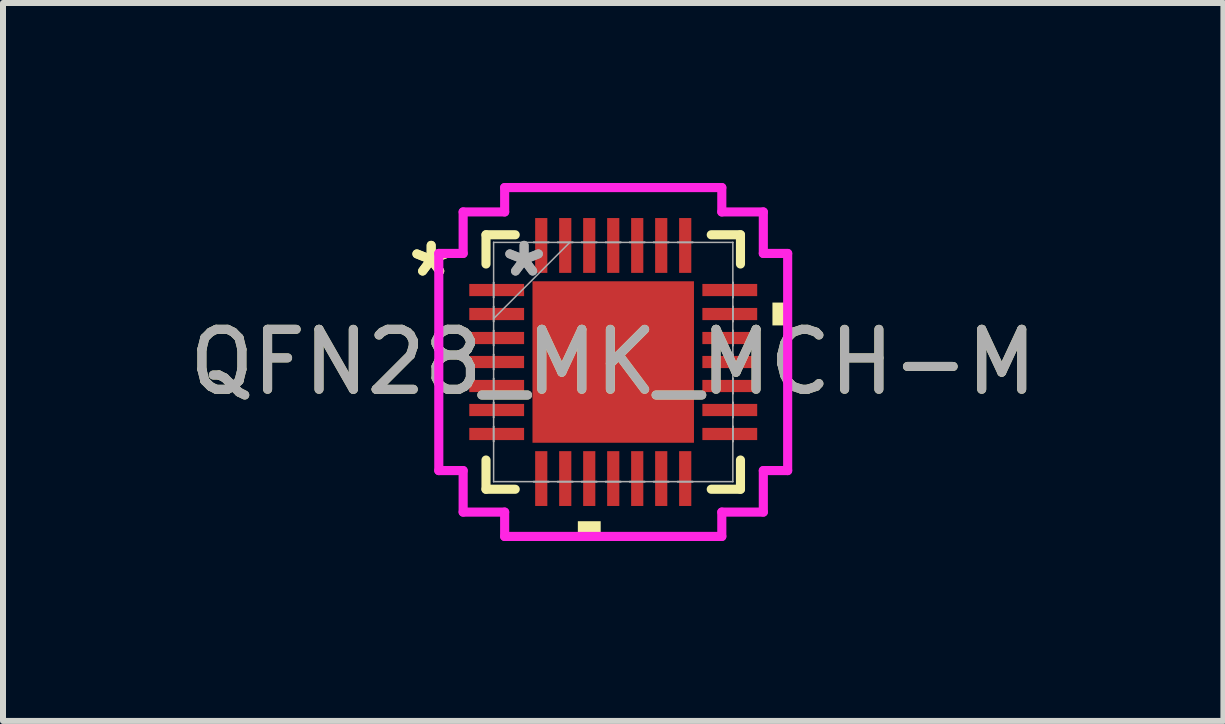
<source format=kicad_pcb>
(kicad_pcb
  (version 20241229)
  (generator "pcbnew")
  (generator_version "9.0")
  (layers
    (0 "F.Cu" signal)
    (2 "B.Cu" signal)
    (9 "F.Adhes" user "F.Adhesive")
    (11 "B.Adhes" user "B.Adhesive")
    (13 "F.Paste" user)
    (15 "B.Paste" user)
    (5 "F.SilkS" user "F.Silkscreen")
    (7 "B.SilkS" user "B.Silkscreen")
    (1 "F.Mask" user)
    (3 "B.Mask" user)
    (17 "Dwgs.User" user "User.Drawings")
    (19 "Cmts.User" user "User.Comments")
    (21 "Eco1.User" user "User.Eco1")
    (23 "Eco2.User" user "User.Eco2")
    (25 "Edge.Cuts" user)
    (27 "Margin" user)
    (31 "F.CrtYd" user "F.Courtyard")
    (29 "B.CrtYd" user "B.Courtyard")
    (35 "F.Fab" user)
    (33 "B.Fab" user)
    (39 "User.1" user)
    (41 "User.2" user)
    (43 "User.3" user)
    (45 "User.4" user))
  (footprint "QFN28_MK_MCH-M"
    (layer "F.Cu")
    (at 7.173 2.985)
    (property "Reference" "QFN28_MK_MCH-M" (at 0 0 0) (unlocked yes) (layer "F.SilkS") (effects (font (size 1 1) (thickness 0.15))))
    (attr smd)
    (fp_line (start -2.121 -2.121) (end -2.121 -1.634) (stroke (width 0.152) (type solid)) (layer "F.SilkS"))
    (fp_line (start -2.121 1.634) (end -2.121 2.121) (stroke (width 0.152) (type solid)) (layer "F.SilkS"))
    (fp_line (start -2.121 2.121) (end -1.634 2.121) (stroke (width 0.152) (type solid)) (layer "F.SilkS"))
    (fp_line (start -1.634 -2.121) (end -2.121 -2.121) (stroke (width 0.152) (type solid)) (layer "F.SilkS"))
    (fp_line (start 1.634 2.121) (end 2.121 2.121) (stroke (width 0.152) (type solid)) (layer "F.SilkS"))
    (fp_line (start 2.121 -2.121) (end 1.634 -2.121) (stroke (width 0.152) (type solid)) (layer "F.SilkS"))
    (fp_line (start 2.121 -1.634) (end 2.121 -2.121) (stroke (width 0.152) (type solid)) (layer "F.SilkS"))
    (fp_line (start 2.121 2.121) (end 2.121 1.634) (stroke (width 0.152) (type solid)) (layer "F.SilkS"))
    (fp_poly (pts (xy -0.59 2.654) (xy -0.59 2.908) (xy -0.209 2.908) (xy -0.209 2.654)) (stroke (width 0) (type solid)) (fill yes) (layer "F.SilkS"))
    (fp_poly (pts (xy 2.908 -0.991) (xy 2.908 -0.61) (xy 2.654 -0.61) (xy 2.654 -0.991)) (stroke (width 0) (type solid)) (fill yes) (layer "F.SilkS"))
    (fp_poly (pts (xy -1.246 -1.246) (xy -1.246 -0.1) (xy -0.1 -0.1) (xy -0.1 -1.246)) (stroke (width 0) (type solid)) (fill yes) (layer "F.Paste"))
    (fp_poly (pts (xy -1.246 0.1) (xy -1.246 1.246) (xy -0.1 1.246) (xy -0.1 0.1)) (stroke (width 0) (type solid)) (fill yes) (layer "F.Paste"))
    (fp_poly (pts (xy 0.1 -1.246) (xy 0.1 -0.1) (xy 1.246 -0.1) (xy 1.246 -1.246)) (stroke (width 0) (type solid)) (fill yes) (layer "F.Paste"))
    (fp_poly (pts (xy 0.1 0.1) (xy 0.1 1.246) (xy 1.246 1.246) (xy 1.246 0.1)) (stroke (width 0) (type solid)) (fill yes) (layer "F.Paste"))
    (fp_line (start -2.908 -1.81) (end -2.502 -1.81) (stroke (width 0.152) (type solid)) (layer "F.CrtYd"))
    (fp_line (start -2.908 1.81) (end -2.908 -1.81) (stroke (width 0.152) (type solid)) (layer "F.CrtYd"))
    (fp_line (start -2.502 -2.502) (end -1.81 -2.502) (stroke (width 0.152) (type solid)) (layer "F.CrtYd"))
    (fp_line (start -2.502 -1.81) (end -2.502 -2.502) (stroke (width 0.152) (type solid)) (layer "F.CrtYd"))
    (fp_line (start -2.502 1.81) (end -2.908 1.81) (stroke (width 0.152) (type solid)) (layer "F.CrtYd"))
    (fp_line (start -2.502 2.502) (end -2.502 1.81) (stroke (width 0.152) (type solid)) (layer "F.CrtYd"))
    (fp_line (start -1.81 -2.908) (end 1.81 -2.908) (stroke (width 0.152) (type solid)) (layer "F.CrtYd"))
    (fp_line (start -1.81 -2.502) (end -1.81 -2.908) (stroke (width 0.152) (type solid)) (layer "F.CrtYd"))
    (fp_line (start -1.81 2.502) (end -2.502 2.502) (stroke (width 0.152) (type solid)) (layer "F.CrtYd"))
    (fp_line (start -1.81 2.908) (end -1.81 2.502) (stroke (width 0.152) (type solid)) (layer "F.CrtYd"))
    (fp_line (start 1.81 -2.908) (end 1.81 -2.502) (stroke (width 0.152) (type solid)) (layer "F.CrtYd"))
    (fp_line (start 1.81 -2.502) (end 2.502 -2.502) (stroke (width 0.152) (type solid)) (layer "F.CrtYd"))
    (fp_line (start 1.81 2.502) (end 1.81 2.908) (stroke (width 0.152) (type solid)) (layer "F.CrtYd"))
    (fp_line (start 1.81 2.908) (end -1.81 2.908) (stroke (width 0.152) (type solid)) (layer "F.CrtYd"))
    (fp_line (start 2.502 -2.502) (end 2.502 -1.81) (stroke (width 0.152) (type solid)) (layer "F.CrtYd"))
    (fp_line (start 2.502 -1.81) (end 2.908 -1.81) (stroke (width 0.152) (type solid)) (layer "F.CrtYd"))
    (fp_line (start 2.502 1.81) (end 2.502 2.502) (stroke (width 0.152) (type solid)) (layer "F.CrtYd"))
    (fp_line (start 2.502 2.502) (end 1.81 2.502) (stroke (width 0.152) (type solid)) (layer "F.CrtYd"))
    (fp_line (start 2.908 -1.81) (end 2.908 1.81) (stroke (width 0.152) (type solid)) (layer "F.CrtYd"))
    (fp_line (start 2.908 1.81) (end 2.502 1.81) (stroke (width 0.152) (type solid)) (layer "F.CrtYd"))
    (fp_line (start -1.994 -1.994) (end -1.994 -1.994) (stroke (width 0.025) (type solid)) (layer "F.Fab"))
    (fp_line (start -1.994 -1.994) (end -1.994 1.994) (stroke (width 0.025) (type solid)) (layer "F.Fab"))
    (fp_line (start -1.994 -1.327) (end -1.994 -1.327) (stroke (width 0.025) (type solid)) (layer "F.Fab"))
    (fp_line (start -1.994 -1.327) (end -1.994 -1.073) (stroke (width 0.025) (type solid)) (layer "F.Fab"))
    (fp_line (start -1.994 -1.073) (end -1.994 -1.327) (stroke (width 0.025) (type solid)) (layer "F.Fab"))
    (fp_line (start -1.994 -1.073) (end -1.994 -1.073) (stroke (width 0.025) (type solid)) (layer "F.Fab"))
    (fp_line (start -1.994 -0.927) (end -1.994 -0.927) (stroke (width 0.025) (type solid)) (layer "F.Fab"))
    (fp_line (start -1.994 -0.927) (end -1.994 -0.673) (stroke (width 0.025) (type solid)) (layer "F.Fab"))
    (fp_line (start -1.994 -0.724) (end -0.724 -1.994) (stroke (width 0.025) (type solid)) (layer "F.Fab"))
    (fp_line (start -1.994 -0.673) (end -1.994 -0.927) (stroke (width 0.025) (type solid)) (layer "F.Fab"))
    (fp_line (start -1.994 -0.673) (end -1.994 -0.673) (stroke (width 0.025) (type solid)) (layer "F.Fab"))
    (fp_line (start -1.994 -0.527) (end -1.994 -0.527) (stroke (width 0.025) (type solid)) (layer "F.Fab"))
    (fp_line (start -1.994 -0.527) (end -1.994 -0.273) (stroke (width 0.025) (type solid)) (layer "F.Fab"))
    (fp_line (start -1.994 -0.273) (end -1.994 -0.527) (stroke (width 0.025) (type solid)) (layer "F.Fab"))
    (fp_line (start -1.994 -0.273) (end -1.994 -0.273) (stroke (width 0.025) (type solid)) (layer "F.Fab"))
    (fp_line (start -1.994 -0.127) (end -1.994 -0.127) (stroke (width 0.025) (type solid)) (layer "F.Fab"))
    (fp_line (start -1.994 -0.127) (end -1.994 0.127) (stroke (width 0.025) (type solid)) (layer "F.Fab"))
    (fp_line (start -1.994 0.127) (end -1.994 -0.127) (stroke (width 0.025) (type solid)) (layer "F.Fab"))
    (fp_line (start -1.994 0.127) (end -1.994 0.127) (stroke (width 0.025) (type solid)) (layer "F.Fab"))
    (fp_line (start -1.994 0.273) (end -1.994 0.273) (stroke (width 0.025) (type solid)) (layer "F.Fab"))
    (fp_line (start -1.994 0.273) (end -1.994 0.527) (stroke (width 0.025) (type solid)) (layer "F.Fab"))
    (fp_line (start -1.994 0.527) (end -1.994 0.273) (stroke (width 0.025) (type solid)) (layer "F.Fab"))
    (fp_line (start -1.994 0.527) (end -1.994 0.527) (stroke (width 0.025) (type solid)) (layer "F.Fab"))
    (fp_line (start -1.994 0.673) (end -1.994 0.673) (stroke (width 0.025) (type solid)) (layer "F.Fab"))
    (fp_line (start -1.994 0.673) (end -1.994 0.927) (stroke (width 0.025) (type solid)) (layer "F.Fab"))
    (fp_line (start -1.994 0.927) (end -1.994 0.673) (stroke (width 0.025) (type solid)) (layer "F.Fab"))
    (fp_line (start -1.994 0.927) (end -1.994 0.927) (stroke (width 0.025) (type solid)) (layer "F.Fab"))
    (fp_line (start -1.994 1.073) (end -1.994 1.073) (stroke (width 0.025) (type solid)) (layer "F.Fab"))
    (fp_line (start -1.994 1.073) (end -1.994 1.327) (stroke (width 0.025) (type solid)) (layer "F.Fab"))
    (fp_line (start -1.994 1.327) (end -1.994 1.073) (stroke (width 0.025) (type solid)) (layer "F.Fab"))
    (fp_line (start -1.994 1.327) (end -1.994 1.327) (stroke (width 0.025) (type solid)) (layer "F.Fab"))
    (fp_line (start -1.994 1.994) (end -1.994 1.994) (stroke (width 0.025) (type solid)) (layer "F.Fab"))
    (fp_line (start -1.994 1.994) (end 1.994 1.994) (stroke (width 0.025) (type solid)) (layer "F.Fab"))
    (fp_line (start -1.327 -1.994) (end -1.327 -1.994) (stroke (width 0.025) (type solid)) (layer "F.Fab"))
    (fp_line (start -1.327 -1.994) (end -1.073 -1.994) (stroke (width 0.025) (type solid)) (layer "F.Fab"))
    (fp_line (start -1.327 1.994) (end -1.327 1.994) (stroke (width 0.025) (type solid)) (layer "F.Fab"))
    (fp_line (start -1.327 1.994) (end -1.073 1.994) (stroke (width 0.025) (type solid)) (layer "F.Fab"))
    (fp_line (start -1.073 -1.994) (end -1.327 -1.994) (stroke (width 0.025) (type solid)) (layer "F.Fab"))
    (fp_line (start -1.073 -1.994) (end -1.073 -1.994) (stroke (width 0.025) (type solid)) (layer "F.Fab"))
    (fp_line (start -1.073 1.994) (end -1.327 1.994) (stroke (width 0.025) (type solid)) (layer "F.Fab"))
    (fp_line (start -1.073 1.994) (end -1.073 1.994) (stroke (width 0.025) (type solid)) (layer "F.Fab"))
    (fp_line (start -0.927 -1.994) (end -0.927 -1.994) (stroke (width 0.025) (type solid)) (layer "F.Fab"))
    (fp_line (start -0.927 -1.994) (end -0.673 -1.994) (stroke (width 0.025) (type solid)) (layer "F.Fab"))
    (fp_line (start -0.927 1.994) (end -0.927 1.994) (stroke (width 0.025) (type solid)) (layer "F.Fab"))
    (fp_line (start -0.927 1.994) (end -0.673 1.994) (stroke (width 0.025) (type solid)) (layer "F.Fab"))
    (fp_line (start -0.673 -1.994) (end -0.927 -1.994) (stroke (width 0.025) (type solid)) (layer "F.Fab"))
    (fp_line (start -0.673 -1.994) (end -0.673 -1.994) (stroke (width 0.025) (type solid)) (layer "F.Fab"))
    (fp_line (start -0.673 1.994) (end -0.927 1.994) (stroke (width 0.025) (type solid)) (layer "F.Fab"))
    (fp_line (start -0.673 1.994) (end -0.673 1.994) (stroke (width 0.025) (type solid)) (layer "F.Fab"))
    (fp_line (start -0.527 -1.994) (end -0.527 -1.994) (stroke (width 0.025) (type solid)) (layer "F.Fab"))
    (fp_line (start -0.527 -1.994) (end -0.273 -1.994) (stroke (width 0.025) (type solid)) (layer "F.Fab"))
    (fp_line (start -0.527 1.994) (end -0.527 1.994) (stroke (width 0.025) (type solid)) (layer "F.Fab"))
    (fp_line (start -0.527 1.994) (end -0.273 1.994) (stroke (width 0.025) (type solid)) (layer "F.Fab"))
    (fp_line (start -0.273 -1.994) (end -0.527 -1.994) (stroke (width 0.025) (type solid)) (layer "F.Fab"))
    (fp_line (start -0.273 -1.994) (end -0.273 -1.994) (stroke (width 0.025) (type solid)) (layer "F.Fab"))
    (fp_line (start -0.273 1.994) (end -0.527 1.994) (stroke (width 0.025) (type solid)) (layer "F.Fab"))
    (fp_line (start -0.273 1.994) (end -0.273 1.994) (stroke (width 0.025) (type solid)) (layer "F.Fab"))
    (fp_line (start -0.127 -1.994) (end -0.127 -1.994) (stroke (width 0.025) (type solid)) (layer "F.Fab"))
    (fp_line (start -0.127 -1.994) (end 0.127 -1.994) (stroke (width 0.025) (type solid)) (layer "F.Fab"))
    (fp_line (start -0.127 1.994) (end -0.127 1.994) (stroke (width 0.025) (type solid)) (layer "F.Fab"))
    (fp_line (start -0.127 1.994) (end 0.127 1.994) (stroke (width 0.025) (type solid)) (layer "F.Fab"))
    (fp_line (start 0.127 -1.994) (end -0.127 -1.994) (stroke (width 0.025) (type solid)) (layer "F.Fab"))
    (fp_line (start 0.127 -1.994) (end 0.127 -1.994) (stroke (width 0.025) (type solid)) (layer "F.Fab"))
    (fp_line (start 0.127 1.994) (end -0.127 1.994) (stroke (width 0.025) (type solid)) (layer "F.Fab"))
    (fp_line (start 0.127 1.994) (end 0.127 1.994) (stroke (width 0.025) (type solid)) (layer "F.Fab"))
    (fp_line (start 0.273 -1.994) (end 0.273 -1.994) (stroke (width 0.025) (type solid)) (layer "F.Fab"))
    (fp_line (start 0.273 -1.994) (end 0.527 -1.994) (stroke (width 0.025) (type solid)) (layer "F.Fab"))
    (fp_line (start 0.273 1.994) (end 0.273 1.994) (stroke (width 0.025) (type solid)) (layer "F.Fab"))
    (fp_line (start 0.273 1.994) (end 0.527 1.994) (stroke (width 0.025) (type solid)) (layer "F.Fab"))
    (fp_line (start 0.527 -1.994) (end 0.273 -1.994) (stroke (width 0.025) (type solid)) (layer "F.Fab"))
    (fp_line (start 0.527 -1.994) (end 0.527 -1.994) (stroke (width 0.025) (type solid)) (layer "F.Fab"))
    (fp_line (start 0.527 1.994) (end 0.273 1.994) (stroke (width 0.025) (type solid)) (layer "F.Fab"))
    (fp_line (start 0.527 1.994) (end 0.527 1.994) (stroke (width 0.025) (type solid)) (layer "F.Fab"))
    (fp_line (start 0.673 -1.994) (end 0.673 -1.994) (stroke (width 0.025) (type solid)) (layer "F.Fab"))
    (fp_line (start 0.673 -1.994) (end 0.927 -1.994) (stroke (width 0.025) (type solid)) (layer "F.Fab"))
    (fp_line (start 0.673 1.994) (end 0.673 1.994) (stroke (width 0.025) (type solid)) (layer "F.Fab"))
    (fp_line (start 0.673 1.994) (end 0.927 1.994) (stroke (width 0.025) (type solid)) (layer "F.Fab"))
    (fp_line (start 0.927 -1.994) (end 0.673 -1.994) (stroke (width 0.025) (type solid)) (layer "F.Fab"))
    (fp_line (start 0.927 -1.994) (end 0.927 -1.994) (stroke (width 0.025) (type solid)) (layer "F.Fab"))
    (fp_line (start 0.927 1.994) (end 0.673 1.994) (stroke (width 0.025) (type solid)) (layer "F.Fab"))
    (fp_line (start 0.927 1.994) (end 0.927 1.994) (stroke (width 0.025) (type solid)) (layer "F.Fab"))
    (fp_line (start 1.073 -1.994) (end 1.073 -1.994) (stroke (width 0.025) (type solid)) (layer "F.Fab"))
    (fp_line (start 1.073 -1.994) (end 1.327 -1.994) (stroke (width 0.025) (type solid)) (layer "F.Fab"))
    (fp_line (start 1.073 1.994) (end 1.073 1.994) (stroke (width 0.025) (type solid)) (layer "F.Fab"))
    (fp_line (start 1.073 1.994) (end 1.327 1.994) (stroke (width 0.025) (type solid)) (layer "F.Fab"))
    (fp_line (start 1.327 -1.994) (end 1.073 -1.994) (stroke (width 0.025) (type solid)) (layer "F.Fab"))
    (fp_line (start 1.327 -1.994) (end 1.327 -1.994) (stroke (width 0.025) (type solid)) (layer "F.Fab"))
    (fp_line (start 1.327 1.994) (end 1.073 1.994) (stroke (width 0.025) (type solid)) (layer "F.Fab"))
    (fp_line (start 1.327 1.994) (end 1.327 1.994) (stroke (width 0.025) (type solid)) (layer "F.Fab"))
    (fp_line (start 1.994 -1.994) (end -1.994 -1.994) (stroke (width 0.025) (type solid)) (layer "F.Fab"))
    (fp_line (start 1.994 -1.994) (end 1.994 -1.994) (stroke (width 0.025) (type solid)) (layer "F.Fab"))
    (fp_line (start 1.994 -1.327) (end 1.994 -1.327) (stroke (width 0.025) (type solid)) (layer "F.Fab"))
    (fp_line (start 1.994 -1.327) (end 1.994 -1.073) (stroke (width 0.025) (type solid)) (layer "F.Fab"))
    (fp_line (start 1.994 -1.073) (end 1.994 -1.327) (stroke (width 0.025) (type solid)) (layer "F.Fab"))
    (fp_line (start 1.994 -1.073) (end 1.994 -1.073) (stroke (width 0.025) (type solid)) (layer "F.Fab"))
    (fp_line (start 1.994 -0.927) (end 1.994 -0.927) (stroke (width 0.025) (type solid)) (layer "F.Fab"))
    (fp_line (start 1.994 -0.927) (end 1.994 -0.673) (stroke (width 0.025) (type solid)) (layer "F.Fab"))
    (fp_line (start 1.994 -0.673) (end 1.994 -0.927) (stroke (width 0.025) (type solid)) (layer "F.Fab"))
    (fp_line (start 1.994 -0.673) (end 1.994 -0.673) (stroke (width 0.025) (type solid)) (layer "F.Fab"))
    (fp_line (start 1.994 -0.527) (end 1.994 -0.527) (stroke (width 0.025) (type solid)) (layer "F.Fab"))
    (fp_line (start 1.994 -0.527) (end 1.994 -0.273) (stroke (width 0.025) (type solid)) (layer "F.Fab"))
    (fp_line (start 1.994 -0.273) (end 1.994 -0.527) (stroke (width 0.025) (type solid)) (layer "F.Fab"))
    (fp_line (start 1.994 -0.273) (end 1.994 -0.273) (stroke (width 0.025) (type solid)) (layer "F.Fab"))
    (fp_line (start 1.994 -0.127) (end 1.994 -0.127) (stroke (width 0.025) (type solid)) (layer "F.Fab"))
    (fp_line (start 1.994 -0.127) (end 1.994 0.127) (stroke (width 0.025) (type solid)) (layer "F.Fab"))
    (fp_line (start 1.994 0.127) (end 1.994 -0.127) (stroke (width 0.025) (type solid)) (layer "F.Fab"))
    (fp_line (start 1.994 0.127) (end 1.994 0.127) (stroke (width 0.025) (type solid)) (layer "F.Fab"))
    (fp_line (start 1.994 0.273) (end 1.994 0.273) (stroke (width 0.025) (type solid)) (layer "F.Fab"))
    (fp_line (start 1.994 0.273) (end 1.994 0.527) (stroke (width 0.025) (type solid)) (layer "F.Fab"))
    (fp_line (start 1.994 0.527) (end 1.994 0.273) (stroke (width 0.025) (type solid)) (layer "F.Fab"))
    (fp_line (start 1.994 0.527) (end 1.994 0.527) (stroke (width 0.025) (type solid)) (layer "F.Fab"))
    (fp_line (start 1.994 0.673) (end 1.994 0.673) (stroke (width 0.025) (type solid)) (layer "F.Fab"))
    (fp_line (start 1.994 0.673) (end 1.994 0.927) (stroke (width 0.025) (type solid)) (layer "F.Fab"))
    (fp_line (start 1.994 0.927) (end 1.994 0.673) (stroke (width 0.025) (type solid)) (layer "F.Fab"))
    (fp_line (start 1.994 0.927) (end 1.994 0.927) (stroke (width 0.025) (type solid)) (layer "F.Fab"))
    (fp_line (start 1.994 1.073) (end 1.994 1.073) (stroke (width 0.025) (type solid)) (layer "F.Fab"))
    (fp_line (start 1.994 1.073) (end 1.994 1.327) (stroke (width 0.025) (type solid)) (layer "F.Fab"))
    (fp_line (start 1.994 1.327) (end 1.994 1.073) (stroke (width 0.025) (type solid)) (layer "F.Fab"))
    (fp_line (start 1.994 1.327) (end 1.994 1.327) (stroke (width 0.025) (type solid)) (layer "F.Fab"))
    (fp_line (start 1.994 1.994) (end 1.994 -1.994) (stroke (width 0.025) (type solid)) (layer "F.Fab"))
    (fp_line (start 1.994 1.994) (end 1.994 1.994) (stroke (width 0.025) (type solid)) (layer "F.Fab"))
    (fp_text user "*" (at -3.035 -1.4 0) (layer "F.SilkS") (effects (font (size 1 1) (thickness 0.15))))
    (fp_text user "*" (at -3.035 -1.4 0) (unlocked yes) (layer "F.SilkS") (effects (font (size 1 1) (thickness 0.15))))
    (fp_text user "*" (at -1.486 -1.4 0) (layer "F.Fab") (effects (font (size 1 1) (thickness 0.15))))
    (fp_text user "*" (at -1.486 -1.4 0) (unlocked yes) (layer "F.Fab") (effects (font (size 1 1) (thickness 0.15))))
    (fp_text user "${REFERENCE}" (at 0 0 0) (unlocked yes) (layer "F.Fab") (effects (font (size 1 1) (thickness 0.15))))
    (pad "1" smd rect (at -1.943 -1.2 90) (size 0.203 0.914) (layers "F.Cu" "F.Mask" "F.Paste"))
    (pad "2" smd rect (at -1.943 -0.8 90) (size 0.203 0.914) (layers "F.Cu" "F.Mask" "F.Paste"))
    (pad "3" smd rect (at -1.943 -0.4 90) (size 0.203 0.914) (layers "F.Cu" "F.Mask" "F.Paste"))
    (pad "4" smd rect (at -1.943 0 90) (size 0.203 0.914) (layers "F.Cu" "F.Mask" "F.Paste"))
    (pad "5" smd rect (at -1.943 0.4 90) (size 0.203 0.914) (layers "F.Cu" "F.Mask" "F.Paste"))
    (pad "6" smd rect (at -1.943 0.8 90) (size 0.203 0.914) (layers "F.Cu" "F.Mask" "F.Paste"))
    (pad "7" smd rect (at -1.943 1.2 90) (size 0.203 0.914) (layers "F.Cu" "F.Mask" "F.Paste"))
    (pad "8" smd rect (at -1.2 1.943) (size 0.203 0.914) (layers "F.Cu" "F.Mask" "F.Paste"))
    (pad "9" smd rect (at -0.8 1.943) (size 0.203 0.914) (layers "F.Cu" "F.Mask" "F.Paste"))
    (pad "10" smd rect (at -0.4 1.943) (size 0.203 0.914) (layers "F.Cu" "F.Mask" "F.Paste"))
    (pad "11" smd rect (at 0 1.943) (size 0.203 0.914) (layers "F.Cu" "F.Mask" "F.Paste"))
    (pad "12" smd rect (at 0.4 1.943) (size 0.203 0.914) (layers "F.Cu" "F.Mask" "F.Paste"))
    (pad "13" smd rect (at 0.8 1.943) (size 0.203 0.914) (layers "F.Cu" "F.Mask" "F.Paste"))
    (pad "14" smd rect (at 1.2 1.943) (size 0.203 0.914) (layers "F.Cu" "F.Mask" "F.Paste"))
    (pad "15" smd rect (at 1.943 1.2 90) (size 0.203 0.914) (layers "F.Cu" "F.Mask" "F.Paste"))
    (pad "16" smd rect (at 1.943 0.8 90) (size 0.203 0.914) (layers "F.Cu" "F.Mask" "F.Paste"))
    (pad "17" smd rect (at 1.943 0.4 90) (size 0.203 0.914) (layers "F.Cu" "F.Mask" "F.Paste"))
    (pad "18" smd rect (at 1.943 0 90) (size 0.203 0.914) (layers "F.Cu" "F.Mask" "F.Paste"))
    (pad "19" smd rect (at 1.943 -0.4 90) (size 0.203 0.914) (layers "F.Cu" "F.Mask" "F.Paste"))
    (pad "20" smd rect (at 1.943 -0.8 90) (size 0.203 0.914) (layers "F.Cu" "F.Mask" "F.Paste"))
    (pad "21" smd rect (at 1.943 -1.2 90) (size 0.203 0.914) (layers "F.Cu" "F.Mask" "F.Paste"))
    (pad "22" smd rect (at 1.2 -1.943) (size 0.203 0.914) (layers "F.Cu" "F.Mask" "F.Paste"))
    (pad "23" smd rect (at 0.8 -1.943) (size 0.203 0.914) (layers "F.Cu" "F.Mask" "F.Paste"))
    (pad "24" smd rect (at 0.4 -1.943) (size 0.203 0.914) (layers "F.Cu" "F.Mask" "F.Paste"))
    (pad "25" smd rect (at 0 -1.943) (size 0.203 0.914) (layers "F.Cu" "F.Mask" "F.Paste"))
    (pad "26" smd rect (at -0.4 -1.943) (size 0.203 0.914) (layers "F.Cu" "F.Mask" "F.Paste"))
    (pad "27" smd rect (at -0.8 -1.943) (size 0.203 0.914) (layers "F.Cu" "F.Mask" "F.Paste"))
    (pad "28" smd rect (at -1.2 -1.943) (size 0.203 0.914) (layers "F.Cu" "F.Mask" "F.Paste"))
    (pad "29" smd rect (at 0 0) (size 2.692 2.692) (layers "F.Cu" "F.Mask" "F.Paste")))
  (gr_rect
    (start -3 -3)
    (end 17.345 8.969)
    (stroke (width 0.1) (type default))
    (fill no)
    (layer "Edge.Cuts")))
</source>
